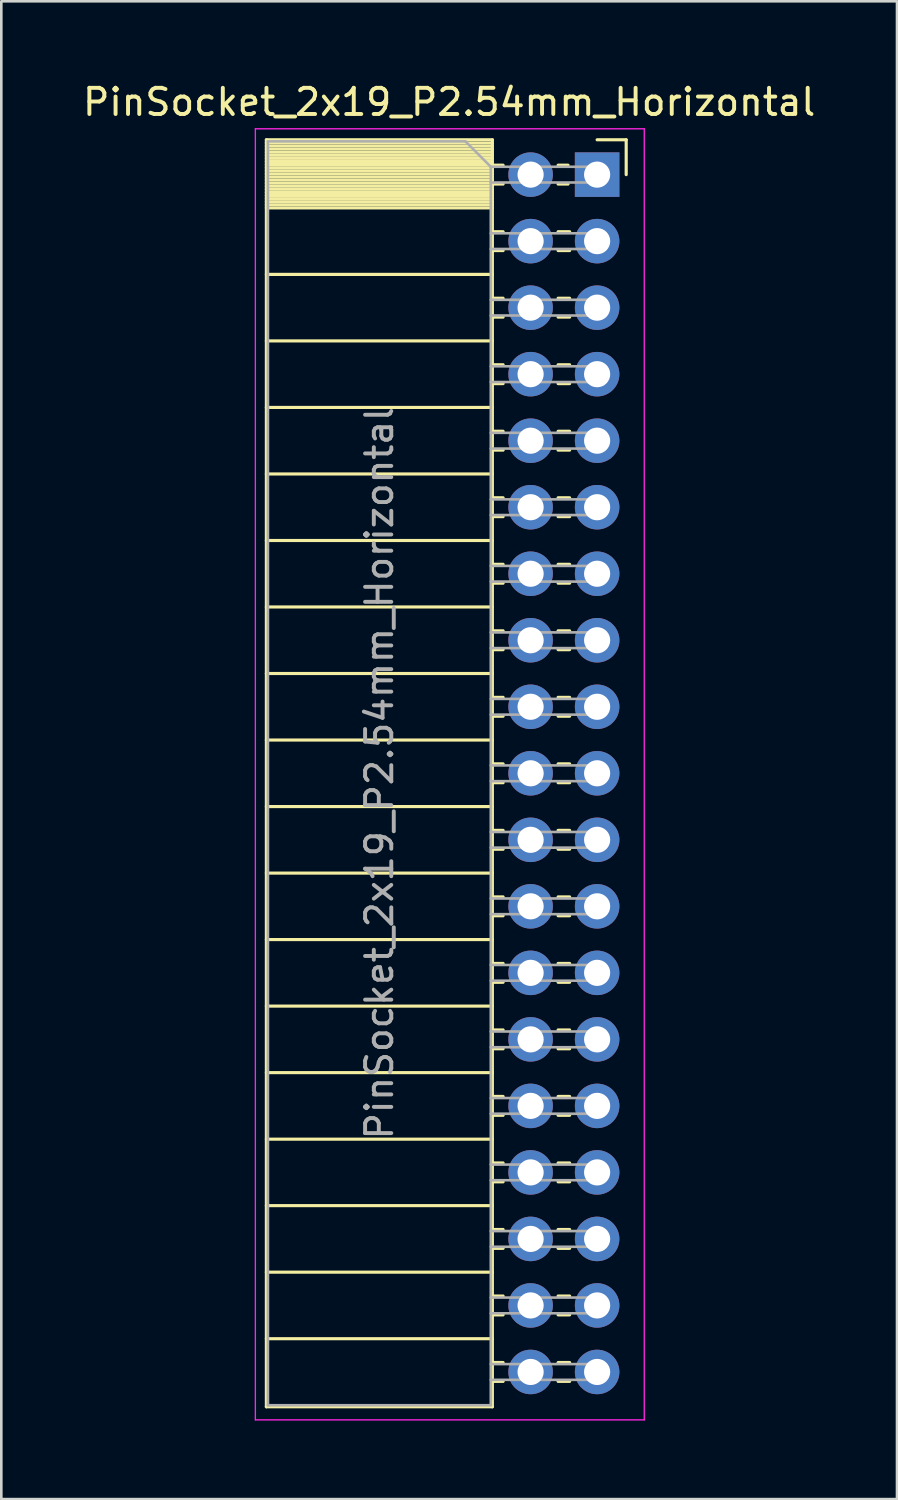
<source format=kicad_pcb>
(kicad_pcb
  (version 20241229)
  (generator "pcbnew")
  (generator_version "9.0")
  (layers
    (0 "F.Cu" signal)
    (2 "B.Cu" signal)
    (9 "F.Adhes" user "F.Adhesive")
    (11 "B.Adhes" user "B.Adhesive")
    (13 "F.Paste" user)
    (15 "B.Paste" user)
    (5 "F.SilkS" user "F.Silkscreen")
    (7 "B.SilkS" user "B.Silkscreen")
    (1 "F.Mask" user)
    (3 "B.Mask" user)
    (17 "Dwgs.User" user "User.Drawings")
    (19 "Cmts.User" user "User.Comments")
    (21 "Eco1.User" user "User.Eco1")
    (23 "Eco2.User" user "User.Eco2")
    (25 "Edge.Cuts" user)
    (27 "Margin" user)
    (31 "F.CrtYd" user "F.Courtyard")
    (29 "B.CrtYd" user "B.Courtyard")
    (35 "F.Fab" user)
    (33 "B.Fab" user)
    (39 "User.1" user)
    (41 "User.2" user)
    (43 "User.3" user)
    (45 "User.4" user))
  (footprint "PinSocket_2x19_P2.54mm_Horizontal"
    (layer "F.Cu")
    (at 19.751 3.618)
    (property "Reference" "PinSocket_2x19_P2.54mm_Horizontal" (at -5.65 -2.77 0) (layer "F.SilkS") (effects (font (size 1 1) (thickness 0.15))))
    (attr through_hole)
    (fp_line (start -12.63 -1.33) (end -12.63 47.05) (stroke (width 0.12) (type solid)) (layer "F.SilkS"))
    (fp_line (start -12.63 -1.33) (end -4 -1.33) (stroke (width 0.12) (type solid)) (layer "F.SilkS"))
    (fp_line (start -12.63 -1.21) (end -4 -1.21) (stroke (width 0.12) (type solid)) (layer "F.SilkS"))
    (fp_line (start -12.63 -1.092) (end -4 -1.092) (stroke (width 0.12) (type solid)) (layer "F.SilkS"))
    (fp_line (start -12.63 -0.974) (end -4 -0.974) (stroke (width 0.12) (type solid)) (layer "F.SilkS"))
    (fp_line (start -12.63 -0.856) (end -4 -0.856) (stroke (width 0.12) (type solid)) (layer "F.SilkS"))
    (fp_line (start -12.63 -0.738) (end -4 -0.738) (stroke (width 0.12) (type solid)) (layer "F.SilkS"))
    (fp_line (start -12.63 -0.62) (end -4 -0.62) (stroke (width 0.12) (type solid)) (layer "F.SilkS"))
    (fp_line (start -12.63 -0.501) (end -4 -0.501) (stroke (width 0.12) (type solid)) (layer "F.SilkS"))
    (fp_line (start -12.63 -0.383) (end -4 -0.383) (stroke (width 0.12) (type solid)) (layer "F.SilkS"))
    (fp_line (start -12.63 -0.265) (end -4 -0.265) (stroke (width 0.12) (type solid)) (layer "F.SilkS"))
    (fp_line (start -12.63 -0.147) (end -4 -0.147) (stroke (width 0.12) (type solid)) (layer "F.SilkS"))
    (fp_line (start -12.63 -0.029) (end -4 -0.029) (stroke (width 0.12) (type solid)) (layer "F.SilkS"))
    (fp_line (start -12.63 0.089) (end -4 0.089) (stroke (width 0.12) (type solid)) (layer "F.SilkS"))
    (fp_line (start -12.63 0.207) (end -4 0.207) (stroke (width 0.12) (type solid)) (layer "F.SilkS"))
    (fp_line (start -12.63 0.325) (end -4 0.325) (stroke (width 0.12) (type solid)) (layer "F.SilkS"))
    (fp_line (start -12.63 0.443) (end -4 0.443) (stroke (width 0.12) (type solid)) (layer "F.SilkS"))
    (fp_line (start -12.63 0.561) (end -4 0.561) (stroke (width 0.12) (type solid)) (layer "F.SilkS"))
    (fp_line (start -12.63 0.68) (end -4 0.68) (stroke (width 0.12) (type solid)) (layer "F.SilkS"))
    (fp_line (start -12.63 0.798) (end -4 0.798) (stroke (width 0.12) (type solid)) (layer "F.SilkS"))
    (fp_line (start -12.63 0.916) (end -4 0.916) (stroke (width 0.12) (type solid)) (layer "F.SilkS"))
    (fp_line (start -12.63 1.034) (end -4 1.034) (stroke (width 0.12) (type solid)) (layer "F.SilkS"))
    (fp_line (start -12.63 1.152) (end -4 1.152) (stroke (width 0.12) (type solid)) (layer "F.SilkS"))
    (fp_line (start -12.63 1.27) (end -4 1.27) (stroke (width 0.12) (type solid)) (layer "F.SilkS"))
    (fp_line (start -12.63 3.81) (end -4 3.81) (stroke (width 0.12) (type solid)) (layer "F.SilkS"))
    (fp_line (start -12.63 6.35) (end -4 6.35) (stroke (width 0.12) (type solid)) (layer "F.SilkS"))
    (fp_line (start -12.63 8.89) (end -4 8.89) (stroke (width 0.12) (type solid)) (layer "F.SilkS"))
    (fp_line (start -12.63 11.43) (end -4 11.43) (stroke (width 0.12) (type solid)) (layer "F.SilkS"))
    (fp_line (start -12.63 13.97) (end -4 13.97) (stroke (width 0.12) (type solid)) (layer "F.SilkS"))
    (fp_line (start -12.63 16.51) (end -4 16.51) (stroke (width 0.12) (type solid)) (layer "F.SilkS"))
    (fp_line (start -12.63 19.05) (end -4 19.05) (stroke (width 0.12) (type solid)) (layer "F.SilkS"))
    (fp_line (start -12.63 21.59) (end -4 21.59) (stroke (width 0.12) (type solid)) (layer "F.SilkS"))
    (fp_line (start -12.63 24.13) (end -4 24.13) (stroke (width 0.12) (type solid)) (layer "F.SilkS"))
    (fp_line (start -12.63 26.67) (end -4 26.67) (stroke (width 0.12) (type solid)) (layer "F.SilkS"))
    (fp_line (start -12.63 29.21) (end -4 29.21) (stroke (width 0.12) (type solid)) (layer "F.SilkS"))
    (fp_line (start -12.63 31.75) (end -4 31.75) (stroke (width 0.12) (type solid)) (layer "F.SilkS"))
    (fp_line (start -12.63 34.29) (end -4 34.29) (stroke (width 0.12) (type solid)) (layer "F.SilkS"))
    (fp_line (start -12.63 36.83) (end -4 36.83) (stroke (width 0.12) (type solid)) (layer "F.SilkS"))
    (fp_line (start -12.63 39.37) (end -4 39.37) (stroke (width 0.12) (type solid)) (layer "F.SilkS"))
    (fp_line (start -12.63 41.91) (end -4 41.91) (stroke (width 0.12) (type solid)) (layer "F.SilkS"))
    (fp_line (start -12.63 44.45) (end -4 44.45) (stroke (width 0.12) (type solid)) (layer "F.SilkS"))
    (fp_line (start -12.63 47.05) (end -4 47.05) (stroke (width 0.12) (type solid)) (layer "F.SilkS"))
    (fp_line (start -4 -1.33) (end -4 47.05) (stroke (width 0.12) (type solid)) (layer "F.SilkS"))
    (fp_line (start -4 -0.36) (end -3.59 -0.36) (stroke (width 0.12) (type solid)) (layer "F.SilkS"))
    (fp_line (start -4 0.36) (end -3.59 0.36) (stroke (width 0.12) (type solid)) (layer "F.SilkS"))
    (fp_line (start -4 2.18) (end -3.59 2.18) (stroke (width 0.12) (type solid)) (layer "F.SilkS"))
    (fp_line (start -4 2.9) (end -3.59 2.9) (stroke (width 0.12) (type solid)) (layer "F.SilkS"))
    (fp_line (start -4 4.72) (end -3.59 4.72) (stroke (width 0.12) (type solid)) (layer "F.SilkS"))
    (fp_line (start -4 5.44) (end -3.59 5.44) (stroke (width 0.12) (type solid)) (layer "F.SilkS"))
    (fp_line (start -4 7.26) (end -3.59 7.26) (stroke (width 0.12) (type solid)) (layer "F.SilkS"))
    (fp_line (start -4 7.98) (end -3.59 7.98) (stroke (width 0.12) (type solid)) (layer "F.SilkS"))
    (fp_line (start -4 9.8) (end -3.59 9.8) (stroke (width 0.12) (type solid)) (layer "F.SilkS"))
    (fp_line (start -4 10.52) (end -3.59 10.52) (stroke (width 0.12) (type solid)) (layer "F.SilkS"))
    (fp_line (start -4 12.34) (end -3.59 12.34) (stroke (width 0.12) (type solid)) (layer "F.SilkS"))
    (fp_line (start -4 13.06) (end -3.59 13.06) (stroke (width 0.12) (type solid)) (layer "F.SilkS"))
    (fp_line (start -4 14.88) (end -3.59 14.88) (stroke (width 0.12) (type solid)) (layer "F.SilkS"))
    (fp_line (start -4 15.6) (end -3.59 15.6) (stroke (width 0.12) (type solid)) (layer "F.SilkS"))
    (fp_line (start -4 17.42) (end -3.59 17.42) (stroke (width 0.12) (type solid)) (layer "F.SilkS"))
    (fp_line (start -4 18.14) (end -3.59 18.14) (stroke (width 0.12) (type solid)) (layer "F.SilkS"))
    (fp_line (start -4 19.96) (end -3.59 19.96) (stroke (width 0.12) (type solid)) (layer "F.SilkS"))
    (fp_line (start -4 20.68) (end -3.59 20.68) (stroke (width 0.12) (type solid)) (layer "F.SilkS"))
    (fp_line (start -4 22.5) (end -3.59 22.5) (stroke (width 0.12) (type solid)) (layer "F.SilkS"))
    (fp_line (start -4 23.22) (end -3.59 23.22) (stroke (width 0.12) (type solid)) (layer "F.SilkS"))
    (fp_line (start -4 25.04) (end -3.59 25.04) (stroke (width 0.12) (type solid)) (layer "F.SilkS"))
    (fp_line (start -4 25.76) (end -3.59 25.76) (stroke (width 0.12) (type solid)) (layer "F.SilkS"))
    (fp_line (start -4 27.58) (end -3.59 27.58) (stroke (width 0.12) (type solid)) (layer "F.SilkS"))
    (fp_line (start -4 28.3) (end -3.59 28.3) (stroke (width 0.12) (type solid)) (layer "F.SilkS"))
    (fp_line (start -4 30.12) (end -3.59 30.12) (stroke (width 0.12) (type solid)) (layer "F.SilkS"))
    (fp_line (start -4 30.84) (end -3.59 30.84) (stroke (width 0.12) (type solid)) (layer "F.SilkS"))
    (fp_line (start -4 32.66) (end -3.59 32.66) (stroke (width 0.12) (type solid)) (layer "F.SilkS"))
    (fp_line (start -4 33.38) (end -3.59 33.38) (stroke (width 0.12) (type solid)) (layer "F.SilkS"))
    (fp_line (start -4 35.2) (end -3.59 35.2) (stroke (width 0.12) (type solid)) (layer "F.SilkS"))
    (fp_line (start -4 35.92) (end -3.59 35.92) (stroke (width 0.12) (type solid)) (layer "F.SilkS"))
    (fp_line (start -4 37.74) (end -3.59 37.74) (stroke (width 0.12) (type solid)) (layer "F.SilkS"))
    (fp_line (start -4 38.46) (end -3.59 38.46) (stroke (width 0.12) (type solid)) (layer "F.SilkS"))
    (fp_line (start -4 40.28) (end -3.59 40.28) (stroke (width 0.12) (type solid)) (layer "F.SilkS"))
    (fp_line (start -4 41) (end -3.59 41) (stroke (width 0.12) (type solid)) (layer "F.SilkS"))
    (fp_line (start -4 42.82) (end -3.59 42.82) (stroke (width 0.12) (type solid)) (layer "F.SilkS"))
    (fp_line (start -4 43.54) (end -3.59 43.54) (stroke (width 0.12) (type solid)) (layer "F.SilkS"))
    (fp_line (start -4 45.36) (end -3.59 45.36) (stroke (width 0.12) (type solid)) (layer "F.SilkS"))
    (fp_line (start -4 46.08) (end -3.59 46.08) (stroke (width 0.12) (type solid)) (layer "F.SilkS"))
    (fp_line (start -1.49 -0.36) (end -1.11 -0.36) (stroke (width 0.12) (type solid)) (layer "F.SilkS"))
    (fp_line (start -1.49 0.36) (end -1.11 0.36) (stroke (width 0.12) (type solid)) (layer "F.SilkS"))
    (fp_line (start -1.49 2.18) (end -1.05 2.18) (stroke (width 0.12) (type solid)) (layer "F.SilkS"))
    (fp_line (start -1.49 2.9) (end -1.05 2.9) (stroke (width 0.12) (type solid)) (layer "F.SilkS"))
    (fp_line (start -1.49 4.72) (end -1.05 4.72) (stroke (width 0.12) (type solid)) (layer "F.SilkS"))
    (fp_line (start -1.49 5.44) (end -1.05 5.44) (stroke (width 0.12) (type solid)) (layer "F.SilkS"))
    (fp_line (start -1.49 7.26) (end -1.05 7.26) (stroke (width 0.12) (type solid)) (layer "F.SilkS"))
    (fp_line (start -1.49 7.98) (end -1.05 7.98) (stroke (width 0.12) (type solid)) (layer "F.SilkS"))
    (fp_line (start -1.49 9.8) (end -1.05 9.8) (stroke (width 0.12) (type solid)) (layer "F.SilkS"))
    (fp_line (start -1.49 10.52) (end -1.05 10.52) (stroke (width 0.12) (type solid)) (layer "F.SilkS"))
    (fp_line (start -1.49 12.34) (end -1.05 12.34) (stroke (width 0.12) (type solid)) (layer "F.SilkS"))
    (fp_line (start -1.49 13.06) (end -1.05 13.06) (stroke (width 0.12) (type solid)) (layer "F.SilkS"))
    (fp_line (start -1.49 14.88) (end -1.05 14.88) (stroke (width 0.12) (type solid)) (layer "F.SilkS"))
    (fp_line (start -1.49 15.6) (end -1.05 15.6) (stroke (width 0.12) (type solid)) (layer "F.SilkS"))
    (fp_line (start -1.49 17.42) (end -1.05 17.42) (stroke (width 0.12) (type solid)) (layer "F.SilkS"))
    (fp_line (start -1.49 18.14) (end -1.05 18.14) (stroke (width 0.12) (type solid)) (layer "F.SilkS"))
    (fp_line (start -1.49 19.96) (end -1.05 19.96) (stroke (width 0.12) (type solid)) (layer "F.SilkS"))
    (fp_line (start -1.49 20.68) (end -1.05 20.68) (stroke (width 0.12) (type solid)) (layer "F.SilkS"))
    (fp_line (start -1.49 22.5) (end -1.05 22.5) (stroke (width 0.12) (type solid)) (layer "F.SilkS"))
    (fp_line (start -1.49 23.22) (end -1.05 23.22) (stroke (width 0.12) (type solid)) (layer "F.SilkS"))
    (fp_line (start -1.49 25.04) (end -1.05 25.04) (stroke (width 0.12) (type solid)) (layer "F.SilkS"))
    (fp_line (start -1.49 25.76) (end -1.05 25.76) (stroke (width 0.12) (type solid)) (layer "F.SilkS"))
    (fp_line (start -1.49 27.58) (end -1.05 27.58) (stroke (width 0.12) (type solid)) (layer "F.SilkS"))
    (fp_line (start -1.49 28.3) (end -1.05 28.3) (stroke (width 0.12) (type solid)) (layer "F.SilkS"))
    (fp_line (start -1.49 30.12) (end -1.05 30.12) (stroke (width 0.12) (type solid)) (layer "F.SilkS"))
    (fp_line (start -1.49 30.84) (end -1.05 30.84) (stroke (width 0.12) (type solid)) (layer "F.SilkS"))
    (fp_line (start -1.49 32.66) (end -1.05 32.66) (stroke (width 0.12) (type solid)) (layer "F.SilkS"))
    (fp_line (start -1.49 33.38) (end -1.05 33.38) (stroke (width 0.12) (type solid)) (layer "F.SilkS"))
    (fp_line (start -1.49 35.2) (end -1.05 35.2) (stroke (width 0.12) (type solid)) (layer "F.SilkS"))
    (fp_line (start -1.49 35.92) (end -1.05 35.92) (stroke (width 0.12) (type solid)) (layer "F.SilkS"))
    (fp_line (start -1.49 37.74) (end -1.05 37.74) (stroke (width 0.12) (type solid)) (layer "F.SilkS"))
    (fp_line (start -1.49 38.46) (end -1.05 38.46) (stroke (width 0.12) (type solid)) (layer "F.SilkS"))
    (fp_line (start -1.49 40.28) (end -1.05 40.28) (stroke (width 0.12) (type solid)) (layer "F.SilkS"))
    (fp_line (start -1.49 41) (end -1.05 41) (stroke (width 0.12) (type solid)) (layer "F.SilkS"))
    (fp_line (start -1.49 42.82) (end -1.05 42.82) (stroke (width 0.12) (type solid)) (layer "F.SilkS"))
    (fp_line (start -1.49 43.54) (end -1.05 43.54) (stroke (width 0.12) (type solid)) (layer "F.SilkS"))
    (fp_line (start -1.49 45.36) (end -1.05 45.36) (stroke (width 0.12) (type solid)) (layer "F.SilkS"))
    (fp_line (start -1.49 46.08) (end -1.05 46.08) (stroke (width 0.12) (type solid)) (layer "F.SilkS"))
    (fp_line (start 0 -1.33) (end 1.11 -1.33) (stroke (width 0.12) (type solid)) (layer "F.SilkS"))
    (fp_line (start 1.11 -1.33) (end 1.11 0) (stroke (width 0.12) (type solid)) (layer "F.SilkS"))
    (fp_line (start -13.05 -1.75) (end -13.05 47.55) (stroke (width 0.05) (type solid)) (layer "F.CrtYd"))
    (fp_line (start -13.05 47.55) (end 1.8 47.55) (stroke (width 0.05) (type solid)) (layer "F.CrtYd"))
    (fp_line (start 1.8 -1.75) (end -13.05 -1.75) (stroke (width 0.05) (type solid)) (layer "F.CrtYd"))
    (fp_line (start 1.8 47.55) (end 1.8 -1.75) (stroke (width 0.05) (type solid)) (layer "F.CrtYd"))
    (fp_line (start -12.57 -1.27) (end -5.03 -1.27) (stroke (width 0.1) (type solid)) (layer "F.Fab"))
    (fp_line (start -12.57 46.99) (end -12.57 -1.27) (stroke (width 0.1) (type solid)) (layer "F.Fab"))
    (fp_line (start -5.03 -1.27) (end -4.06 -0.3) (stroke (width 0.1) (type solid)) (layer "F.Fab"))
    (fp_line (start -4.06 -0.3) (end -4.06 46.99) (stroke (width 0.1) (type solid)) (layer "F.Fab"))
    (fp_line (start -4.06 0.3) (end 0 0.3) (stroke (width 0.1) (type solid)) (layer "F.Fab"))
    (fp_line (start -4.06 2.84) (end 0 2.84) (stroke (width 0.1) (type solid)) (layer "F.Fab"))
    (fp_line (start -4.06 5.38) (end 0 5.38) (stroke (width 0.1) (type solid)) (layer "F.Fab"))
    (fp_line (start -4.06 7.92) (end 0 7.92) (stroke (width 0.1) (type solid)) (layer "F.Fab"))
    (fp_line (start -4.06 10.46) (end 0 10.46) (stroke (width 0.1) (type solid)) (layer "F.Fab"))
    (fp_line (start -4.06 13) (end 0 13) (stroke (width 0.1) (type solid)) (layer "F.Fab"))
    (fp_line (start -4.06 15.54) (end 0 15.54) (stroke (width 0.1) (type solid)) (layer "F.Fab"))
    (fp_line (start -4.06 18.08) (end 0 18.08) (stroke (width 0.1) (type solid)) (layer "F.Fab"))
    (fp_line (start -4.06 20.62) (end 0 20.62) (stroke (width 0.1) (type solid)) (layer "F.Fab"))
    (fp_line (start -4.06 23.16) (end 0 23.16) (stroke (width 0.1) (type solid)) (layer "F.Fab"))
    (fp_line (start -4.06 25.7) (end 0 25.7) (stroke (width 0.1) (type solid)) (layer "F.Fab"))
    (fp_line (start -4.06 28.24) (end 0 28.24) (stroke (width 0.1) (type solid)) (layer "F.Fab"))
    (fp_line (start -4.06 30.78) (end 0 30.78) (stroke (width 0.1) (type solid)) (layer "F.Fab"))
    (fp_line (start -4.06 33.32) (end 0 33.32) (stroke (width 0.1) (type solid)) (layer "F.Fab"))
    (fp_line (start -4.06 35.86) (end 0 35.86) (stroke (width 0.1) (type solid)) (layer "F.Fab"))
    (fp_line (start -4.06 38.4) (end 0 38.4) (stroke (width 0.1) (type solid)) (layer "F.Fab"))
    (fp_line (start -4.06 40.94) (end 0 40.94) (stroke (width 0.1) (type solid)) (layer "F.Fab"))
    (fp_line (start -4.06 43.48) (end 0 43.48) (stroke (width 0.1) (type solid)) (layer "F.Fab"))
    (fp_line (start -4.06 46.02) (end 0 46.02) (stroke (width 0.1) (type solid)) (layer "F.Fab"))
    (fp_line (start -4.06 46.99) (end -12.57 46.99) (stroke (width 0.1) (type solid)) (layer "F.Fab"))
    (fp_line (start 0 -0.3) (end -4.06 -0.3) (stroke (width 0.1) (type solid)) (layer "F.Fab"))
    (fp_line (start 0 0.3) (end 0 -0.3) (stroke (width 0.1) (type solid)) (layer "F.Fab"))
    (fp_line (start 0 2.24) (end -4.06 2.24) (stroke (width 0.1) (type solid)) (layer "F.Fab"))
    (fp_line (start 0 2.84) (end 0 2.24) (stroke (width 0.1) (type solid)) (layer "F.Fab"))
    (fp_line (start 0 4.78) (end -4.06 4.78) (stroke (width 0.1) (type solid)) (layer "F.Fab"))
    (fp_line (start 0 5.38) (end 0 4.78) (stroke (width 0.1) (type solid)) (layer "F.Fab"))
    (fp_line (start 0 7.32) (end -4.06 7.32) (stroke (width 0.1) (type solid)) (layer "F.Fab"))
    (fp_line (start 0 7.92) (end 0 7.32) (stroke (width 0.1) (type solid)) (layer "F.Fab"))
    (fp_line (start 0 9.86) (end -4.06 9.86) (stroke (width 0.1) (type solid)) (layer "F.Fab"))
    (fp_line (start 0 10.46) (end 0 9.86) (stroke (width 0.1) (type solid)) (layer "F.Fab"))
    (fp_line (start 0 12.4) (end -4.06 12.4) (stroke (width 0.1) (type solid)) (layer "F.Fab"))
    (fp_line (start 0 13) (end 0 12.4) (stroke (width 0.1) (type solid)) (layer "F.Fab"))
    (fp_line (start 0 14.94) (end -4.06 14.94) (stroke (width 0.1) (type solid)) (layer "F.Fab"))
    (fp_line (start 0 15.54) (end 0 14.94) (stroke (width 0.1) (type solid)) (layer "F.Fab"))
    (fp_line (start 0 17.48) (end -4.06 17.48) (stroke (width 0.1) (type solid)) (layer "F.Fab"))
    (fp_line (start 0 18.08) (end 0 17.48) (stroke (width 0.1) (type solid)) (layer "F.Fab"))
    (fp_line (start 0 20.02) (end -4.06 20.02) (stroke (width 0.1) (type solid)) (layer "F.Fab"))
    (fp_line (start 0 20.62) (end 0 20.02) (stroke (width 0.1) (type solid)) (layer "F.Fab"))
    (fp_line (start 0 22.56) (end -4.06 22.56) (stroke (width 0.1) (type solid)) (layer "F.Fab"))
    (fp_line (start 0 23.16) (end 0 22.56) (stroke (width 0.1) (type solid)) (layer "F.Fab"))
    (fp_line (start 0 25.1) (end -4.06 25.1) (stroke (width 0.1) (type solid)) (layer "F.Fab"))
    (fp_line (start 0 25.7) (end 0 25.1) (stroke (width 0.1) (type solid)) (layer "F.Fab"))
    (fp_line (start 0 27.64) (end -4.06 27.64) (stroke (width 0.1) (type solid)) (layer "F.Fab"))
    (fp_line (start 0 28.24) (end 0 27.64) (stroke (width 0.1) (type solid)) (layer "F.Fab"))
    (fp_line (start 0 30.18) (end -4.06 30.18) (stroke (width 0.1) (type solid)) (layer "F.Fab"))
    (fp_line (start 0 30.78) (end 0 30.18) (stroke (width 0.1) (type solid)) (layer "F.Fab"))
    (fp_line (start 0 32.72) (end -4.06 32.72) (stroke (width 0.1) (type solid)) (layer "F.Fab"))
    (fp_line (start 0 33.32) (end 0 32.72) (stroke (width 0.1) (type solid)) (layer "F.Fab"))
    (fp_line (start 0 35.26) (end -4.06 35.26) (stroke (width 0.1) (type solid)) (layer "F.Fab"))
    (fp_line (start 0 35.86) (end 0 35.26) (stroke (width 0.1) (type solid)) (layer "F.Fab"))
    (fp_line (start 0 37.8) (end -4.06 37.8) (stroke (width 0.1) (type solid)) (layer "F.Fab"))
    (fp_line (start 0 38.4) (end 0 37.8) (stroke (width 0.1) (type solid)) (layer "F.Fab"))
    (fp_line (start 0 40.34) (end -4.06 40.34) (stroke (width 0.1) (type solid)) (layer "F.Fab"))
    (fp_line (start 0 40.94) (end 0 40.34) (stroke (width 0.1) (type solid)) (layer "F.Fab"))
    (fp_line (start 0 42.88) (end -4.06 42.88) (stroke (width 0.1) (type solid)) (layer "F.Fab"))
    (fp_line (start 0 43.48) (end 0 42.88) (stroke (width 0.1) (type solid)) (layer "F.Fab"))
    (fp_line (start 0 45.42) (end -4.06 45.42) (stroke (width 0.1) (type solid)) (layer "F.Fab"))
    (fp_line (start 0 46.02) (end 0 45.42) (stroke (width 0.1) (type solid)) (layer "F.Fab"))
    (fp_text user "${REFERENCE}" (at -8.315 22.86 90) (layer "F.Fab") (effects (font (size 1 1) (thickness 0.15))))
    (pad "1" thru_hole rect (at 0 0) (size 1.7 1.7) (drill 1) (layers "*.Cu" "*.Mask"))
    (pad "2" thru_hole oval (at -2.54 0) (size 1.7 1.7) (drill 1) (layers "*.Cu" "*.Mask"))
    (pad "3" thru_hole oval (at 0 2.54) (size 1.7 1.7) (drill 1) (layers "*.Cu" "*.Mask"))
    (pad "4" thru_hole oval (at -2.54 2.54) (size 1.7 1.7) (drill 1) (layers "*.Cu" "*.Mask"))
    (pad "5" thru_hole oval (at 0 5.08) (size 1.7 1.7) (drill 1) (layers "*.Cu" "*.Mask"))
    (pad "6" thru_hole oval (at -2.54 5.08) (size 1.7 1.7) (drill 1) (layers "*.Cu" "*.Mask"))
    (pad "7" thru_hole oval (at 0 7.62) (size 1.7 1.7) (drill 1) (layers "*.Cu" "*.Mask"))
    (pad "8" thru_hole oval (at -2.54 7.62) (size 1.7 1.7) (drill 1) (layers "*.Cu" "*.Mask"))
    (pad "9" thru_hole oval (at 0 10.16) (size 1.7 1.7) (drill 1) (layers "*.Cu" "*.Mask"))
    (pad "10" thru_hole oval (at -2.54 10.16) (size 1.7 1.7) (drill 1) (layers "*.Cu" "*.Mask"))
    (pad "11" thru_hole oval (at 0 12.7) (size 1.7 1.7) (drill 1) (layers "*.Cu" "*.Mask"))
    (pad "12" thru_hole oval (at -2.54 12.7) (size 1.7 1.7) (drill 1) (layers "*.Cu" "*.Mask"))
    (pad "13" thru_hole oval (at 0 15.24) (size 1.7 1.7) (drill 1) (layers "*.Cu" "*.Mask"))
    (pad "14" thru_hole oval (at -2.54 15.24) (size 1.7 1.7) (drill 1) (layers "*.Cu" "*.Mask"))
    (pad "15" thru_hole oval (at 0 17.78) (size 1.7 1.7) (drill 1) (layers "*.Cu" "*.Mask"))
    (pad "16" thru_hole oval (at -2.54 17.78) (size 1.7 1.7) (drill 1) (layers "*.Cu" "*.Mask"))
    (pad "17" thru_hole oval (at 0 20.32) (size 1.7 1.7) (drill 1) (layers "*.Cu" "*.Mask"))
    (pad "18" thru_hole oval (at -2.54 20.32) (size 1.7 1.7) (drill 1) (layers "*.Cu" "*.Mask"))
    (pad "19" thru_hole oval (at 0 22.86) (size 1.7 1.7) (drill 1) (layers "*.Cu" "*.Mask"))
    (pad "20" thru_hole oval (at -2.54 22.86) (size 1.7 1.7) (drill 1) (layers "*.Cu" "*.Mask"))
    (pad "21" thru_hole oval (at 0 25.4) (size 1.7 1.7) (drill 1) (layers "*.Cu" "*.Mask"))
    (pad "22" thru_hole oval (at -2.54 25.4) (size 1.7 1.7) (drill 1) (layers "*.Cu" "*.Mask"))
    (pad "23" thru_hole oval (at 0 27.94) (size 1.7 1.7) (drill 1) (layers "*.Cu" "*.Mask"))
    (pad "24" thru_hole oval (at -2.54 27.94) (size 1.7 1.7) (drill 1) (layers "*.Cu" "*.Mask"))
    (pad "25" thru_hole oval (at 0 30.48) (size 1.7 1.7) (drill 1) (layers "*.Cu" "*.Mask"))
    (pad "26" thru_hole oval (at -2.54 30.48) (size 1.7 1.7) (drill 1) (layers "*.Cu" "*.Mask"))
    (pad "27" thru_hole oval (at 0 33.02) (size 1.7 1.7) (drill 1) (layers "*.Cu" "*.Mask"))
    (pad "28" thru_hole oval (at -2.54 33.02) (size 1.7 1.7) (drill 1) (layers "*.Cu" "*.Mask"))
    (pad "29" thru_hole oval (at 0 35.56) (size 1.7 1.7) (drill 1) (layers "*.Cu" "*.Mask"))
    (pad "30" thru_hole oval (at -2.54 35.56) (size 1.7 1.7) (drill 1) (layers "*.Cu" "*.Mask"))
    (pad "31" thru_hole oval (at 0 38.1) (size 1.7 1.7) (drill 1) (layers "*.Cu" "*.Mask"))
    (pad "32" thru_hole oval (at -2.54 38.1) (size 1.7 1.7) (drill 1) (layers "*.Cu" "*.Mask"))
    (pad "33" thru_hole oval (at 0 40.64) (size 1.7 1.7) (drill 1) (layers "*.Cu" "*.Mask"))
    (pad "34" thru_hole oval (at -2.54 40.64) (size 1.7 1.7) (drill 1) (layers "*.Cu" "*.Mask"))
    (pad "35" thru_hole oval (at 0 43.18) (size 1.7 1.7) (drill 1) (layers "*.Cu" "*.Mask"))
    (pad "36" thru_hole oval (at -2.54 43.18) (size 1.7 1.7) (drill 1) (layers "*.Cu" "*.Mask"))
    (pad "37" thru_hole oval (at 0 45.72) (size 1.7 1.7) (drill 1) (layers "*.Cu" "*.Mask"))
    (pad "38" thru_hole oval (at -2.54 45.72) (size 1.7 1.7) (drill 1) (layers "*.Cu" "*.Mask")))
  (gr_rect
    (start -3 -3)
    (end 31.202 54.193)
    (stroke (width 0.1) (type default))
    (fill no)
    (layer "Edge.Cuts")))
</source>
